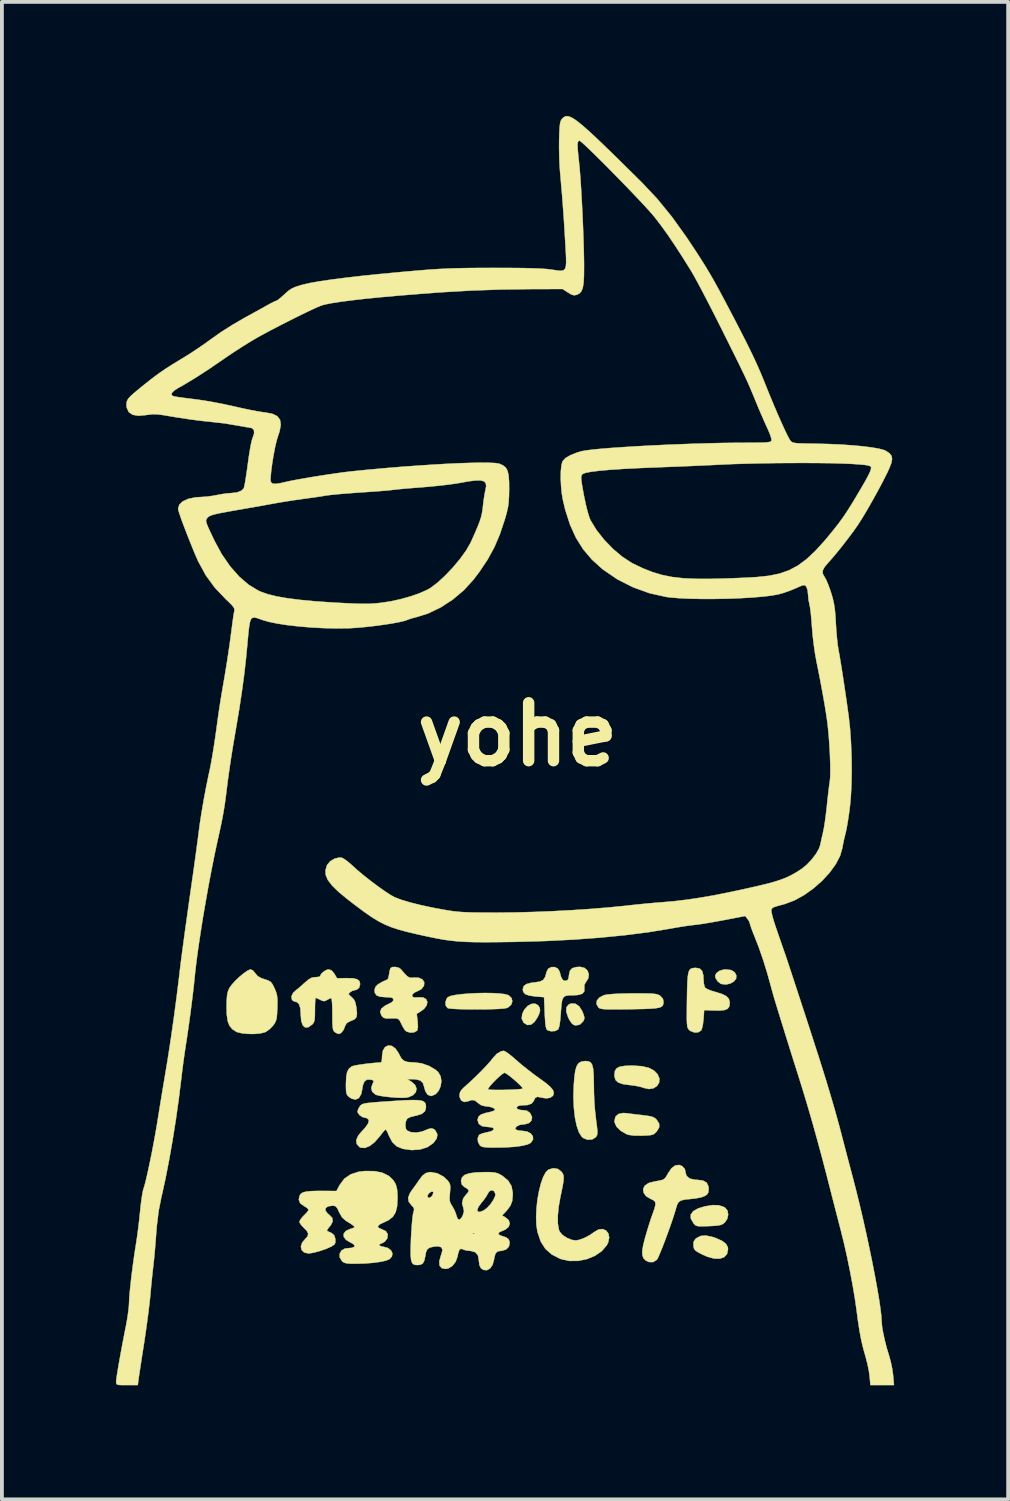
<source format=kicad_pcb>
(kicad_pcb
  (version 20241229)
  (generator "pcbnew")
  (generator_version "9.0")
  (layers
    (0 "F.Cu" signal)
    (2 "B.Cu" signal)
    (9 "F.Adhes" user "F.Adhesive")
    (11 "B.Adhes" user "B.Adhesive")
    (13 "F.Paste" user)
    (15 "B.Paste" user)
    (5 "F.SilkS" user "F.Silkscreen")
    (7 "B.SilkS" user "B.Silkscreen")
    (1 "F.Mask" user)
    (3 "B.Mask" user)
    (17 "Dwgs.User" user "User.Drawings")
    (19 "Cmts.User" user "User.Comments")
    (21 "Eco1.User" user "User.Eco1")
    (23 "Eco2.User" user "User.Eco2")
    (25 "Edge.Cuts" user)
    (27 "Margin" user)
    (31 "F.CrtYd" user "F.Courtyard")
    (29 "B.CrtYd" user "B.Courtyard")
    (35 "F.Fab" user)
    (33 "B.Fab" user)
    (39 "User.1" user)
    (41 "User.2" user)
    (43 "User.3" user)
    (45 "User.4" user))
  (footprint "yohe"
    (layer "F.Cu")
    (at 10.566 16.271)
    (property "Reference" "yohe" (at 0 0 0) (layer "F.SilkS") (effects (font (size 1.524 1.524) (thickness 0.3))))
    (attr through_hole)
    (fp_poly (pts (xy 0.539 7.124) (xy 0.58 7.188) (xy 0.591 7.258) (xy 0.569 7.345) (xy 0.528 7.434) (xy 0.441 7.564) (xy 0.348 7.634) (xy 0.253 7.641) (xy 0.163 7.584) (xy 0.158 7.578) (xy 0.108 7.476) (xy 0.121 7.353) (xy 0.174 7.243) (xy 0.261 7.143) (xy 0.361 7.088) (xy 0.458 7.081) (xy 0.539 7.124)) (stroke (width 0.01) (type solid)) (fill yes) (layer "F.SilkS"))
    (fp_poly (pts (xy 5.62 6.198) (xy 5.711 6.256) (xy 5.753 6.337) (xy 5.748 6.422) (xy 5.691 6.496) (xy 5.598 6.55) (xy 5.486 6.576) (xy 5.371 6.565) (xy 5.342 6.555) (xy 5.263 6.495) (xy 5.208 6.408) (xy 5.195 6.352) (xy 5.226 6.28) (xy 5.306 6.22) (xy 5.417 6.185) (xy 5.478 6.18) (xy 5.62 6.198)) (stroke (width 0.01) (type solid)) (fill yes) (layer "F.SilkS"))
    (fp_poly (pts (xy 1.519 7.082) (xy 1.618 7.149) (xy 1.698 7.274) (xy 1.716 7.316) (xy 1.749 7.413) (xy 1.756 7.474) (xy 1.736 7.526) (xy 1.721 7.55) (xy 1.635 7.633) (xy 1.528 7.652) (xy 1.473 7.638) (xy 1.419 7.592) (xy 1.359 7.501) (xy 1.327 7.435) (xy 1.279 7.284) (xy 1.286 7.173) (xy 1.346 7.102) (xy 1.408 7.077) (xy 1.519 7.082)) (stroke (width 0.01) (type solid)) (fill yes) (layer "F.SilkS"))
    (fp_poly (pts (xy 5.132 13.219) (xy 5.215 13.247) (xy 5.378 13.32) (xy 5.48 13.398) (xy 5.529 13.486) (xy 5.535 13.541) (xy 5.509 13.666) (xy 5.434 13.749) (xy 5.318 13.789) (xy 5.167 13.785) (xy 4.987 13.736) (xy 4.853 13.676) (xy 4.739 13.616) (xy 4.672 13.569) (xy 4.64 13.522) (xy 4.627 13.461) (xy 4.625 13.442) (xy 4.629 13.346) (xy 4.671 13.278) (xy 4.706 13.247) (xy 4.818 13.19) (xy 4.957 13.181) (xy 5.132 13.219)) (stroke (width 0.01) (type solid)) (fill yes) (layer "F.SilkS"))
    (fp_poly (pts (xy 5.284 12.383) (xy 5.414 12.424) (xy 5.459 12.449) (xy 5.521 12.525) (xy 5.539 12.629) (xy 5.515 12.741) (xy 5.449 12.837) (xy 5.4 12.876) (xy 5.344 12.901) (xy 5.262 12.917) (xy 5.14 12.927) (xy 5.03 12.932) (xy 4.877 12.937) (xy 4.776 12.937) (xy 4.713 12.927) (xy 4.672 12.906) (xy 4.637 12.869) (xy 4.624 12.852) (xy 4.556 12.732) (xy 4.555 12.628) (xy 4.62 12.539) (xy 4.75 12.466) (xy 4.925 12.413) (xy 5.126 12.38) (xy 5.284 12.383)) (stroke (width 0.01) (type solid)) (fill yes) (layer "F.SilkS"))
    (fp_poly (pts (xy 3.261 8.725) (xy 3.45 8.768) (xy 3.591 8.843) (xy 3.682 8.938) (xy 3.731 9.053) (xy 3.722 9.159) (xy 3.667 9.246) (xy 3.575 9.306) (xy 3.457 9.326) (xy 3.324 9.298) (xy 3.31 9.292) (xy 3.225 9.266) (xy 3.099 9.241) (xy 2.956 9.222) (xy 2.941 9.221) (xy 2.765 9.196) (xy 2.647 9.155) (xy 2.578 9.092) (xy 2.549 9.001) (xy 2.547 8.953) (xy 2.559 8.854) (xy 2.6 8.785) (xy 2.681 8.741) (xy 2.809 8.718) (xy 2.995 8.71) (xy 3.017 8.71) (xy 3.261 8.725)) (stroke (width 0.01) (type solid)) (fill yes) (layer "F.SilkS"))
    (fp_poly (pts (xy 2.86 9.962) (xy 2.964 9.976) (xy 3.108 9.993) (xy 3.263 10.011) (xy 3.294 10.015) (xy 3.441 10.034) (xy 3.538 10.055) (xy 3.602 10.084) (xy 3.651 10.127) (xy 3.659 10.136) (xy 3.723 10.238) (xy 3.724 10.334) (xy 3.662 10.438) (xy 3.653 10.448) (xy 3.609 10.494) (xy 3.562 10.523) (xy 3.494 10.54) (xy 3.389 10.548) (xy 3.271 10.553) (xy 3.065 10.551) (xy 2.92 10.532) (xy 2.869 10.515) (xy 2.71 10.423) (xy 2.601 10.316) (xy 2.55 10.202) (xy 2.547 10.168) (xy 2.574 10.054) (xy 2.652 9.983) (xy 2.776 9.957) (xy 2.86 9.962)) (stroke (width 0.01) (type solid)) (fill yes) (layer "F.SilkS"))
    (fp_poly (pts (xy -0.656 6.803) (xy -0.478 6.813) (xy -0.335 6.831) (xy -0.243 6.857) (xy -0.237 6.86) (xy -0.161 6.931) (xy -0.139 7.019) (xy -0.168 7.107) (xy -0.245 7.176) (xy -0.299 7.198) (xy -0.376 7.21) (xy -0.503 7.219) (xy -0.668 7.225) (xy -0.859 7.23) (xy -1.062 7.231) (xy -1.265 7.23) (xy -1.456 7.227) (xy -1.622 7.221) (xy -1.75 7.212) (xy -1.828 7.201) (xy -1.842 7.196) (xy -1.89 7.134) (xy -1.898 7.044) (xy -1.869 6.953) (xy -1.836 6.912) (xy -1.766 6.88) (xy -1.642 6.853) (xy -1.476 6.831) (xy -1.282 6.815) (xy -1.071 6.804) (xy -0.859 6.8) (xy -0.656 6.803)) (stroke (width 0.01) (type solid)) (fill yes) (layer "F.SilkS"))
    (fp_poly (pts (xy 1.87 8.6) (xy 1.925 8.63) (xy 1.963 8.693) (xy 1.987 8.795) (xy 2 8.945) (xy 2.005 9.153) (xy 2.005 9.201) (xy 2.009 9.445) (xy 2.018 9.665) (xy 2.035 9.884) (xy 2.062 10.126) (xy 2.091 10.349) (xy 2.101 10.464) (xy 2.091 10.537) (xy 2.057 10.592) (xy 2.054 10.595) (xy 1.961 10.653) (xy 1.846 10.661) (xy 1.735 10.62) (xy 1.685 10.579) (xy 1.612 10.462) (xy 1.552 10.287) (xy 1.507 10.066) (xy 1.479 9.808) (xy 1.468 9.523) (xy 1.476 9.253) (xy 1.493 9.022) (xy 1.516 8.85) (xy 1.551 8.729) (xy 1.6 8.651) (xy 1.668 8.608) (xy 1.758 8.592) (xy 1.796 8.591) (xy 1.87 8.6)) (stroke (width 0.01) (type solid)) (fill yes) (layer "F.SilkS"))
    (fp_poly (pts (xy 3.431 6.813) (xy 3.551 6.818) (xy 3.635 6.828) (xy 3.693 6.843) (xy 3.736 6.863) (xy 3.745 6.869) (xy 3.82 6.946) (xy 3.837 7.026) (xy 3.834 7.083) (xy 3.82 7.127) (xy 3.786 7.161) (xy 3.726 7.185) (xy 3.631 7.202) (xy 3.495 7.213) (xy 3.309 7.22) (xy 3.065 7.225) (xy 2.954 7.227) (xy 2.703 7.23) (xy 2.51 7.231) (xy 2.368 7.229) (xy 2.268 7.225) (xy 2.201 7.216) (xy 2.158 7.203) (xy 2.131 7.186) (xy 2.127 7.182) (xy 2.075 7.093) (xy 2.084 7.002) (xy 2.149 6.921) (xy 2.265 6.86) (xy 2.284 6.854) (xy 2.377 6.838) (xy 2.528 6.825) (xy 2.726 6.816) (xy 2.961 6.811) (xy 3.041 6.811) (xy 3.265 6.811) (xy 3.431 6.813)) (stroke (width 0.01) (type solid)) (fill yes) (layer "F.SilkS"))
    (fp_poly (pts (xy -6.961 6.209) (xy -6.901 6.281) (xy -6.9 6.282) (xy -6.84 6.355) (xy -6.745 6.408) (xy -6.661 6.436) (xy -6.558 6.471) (xy -6.492 6.511) (xy -6.444 6.576) (xy -6.395 6.676) (xy -6.355 6.772) (xy -6.331 6.858) (xy -6.319 6.955) (xy -6.318 7.085) (xy -6.321 7.195) (xy -6.328 7.352) (xy -6.339 7.46) (xy -6.359 7.536) (xy -6.39 7.598) (xy -6.431 7.655) (xy -6.516 7.745) (xy -6.613 7.816) (xy -6.642 7.831) (xy -6.764 7.862) (xy -6.924 7.877) (xy -7.096 7.876) (xy -7.257 7.859) (xy -7.382 7.828) (xy -7.402 7.819) (xy -7.506 7.75) (xy -7.58 7.661) (xy -7.626 7.54) (xy -7.65 7.374) (xy -7.656 7.165) (xy -7.652 6.99) (xy -7.642 6.865) (xy -7.624 6.772) (xy -7.593 6.693) (xy -7.583 6.672) (xy -7.522 6.585) (xy -7.43 6.482) (xy -7.321 6.378) (xy -7.209 6.285) (xy -7.109 6.215) (xy -7.035 6.181) (xy -7.024 6.18) (xy -6.961 6.209)) (stroke (width 0.01) (type solid)) (fill yes) (layer "F.SilkS"))
    (fp_poly (pts (xy 4.788 6.156) (xy 4.853 6.219) (xy 4.885 6.334) (xy 4.89 6.435) (xy 4.898 6.546) (xy 4.918 6.633) (xy 4.932 6.661) (xy 4.985 6.696) (xy 5.083 6.736) (xy 5.205 6.773) (xy 5.205 6.773) (xy 5.378 6.827) (xy 5.491 6.884) (xy 5.555 6.952) (xy 5.579 7.038) (xy 5.58 7.063) (xy 5.568 7.155) (xy 5.524 7.216) (xy 5.438 7.25) (xy 5.303 7.262) (xy 5.178 7.26) (xy 4.907 7.25) (xy 4.89 7.491) (xy 4.875 7.619) (xy 4.852 7.726) (xy 4.827 7.788) (xy 4.826 7.788) (xy 4.748 7.835) (xy 4.646 7.838) (xy 4.547 7.8) (xy 4.514 7.774) (xy 4.491 7.748) (xy 4.474 7.716) (xy 4.462 7.669) (xy 4.455 7.597) (xy 4.451 7.491) (xy 4.451 7.341) (xy 4.453 7.139) (xy 4.455 6.977) (xy 4.459 6.719) (xy 4.466 6.52) (xy 4.476 6.373) (xy 4.492 6.27) (xy 4.517 6.203) (xy 4.552 6.165) (xy 4.6 6.146) (xy 4.664 6.14) (xy 4.686 6.139) (xy 4.788 6.156)) (stroke (width 0.01) (type solid)) (fill yes) (layer "F.SilkS"))
    (fp_poly (pts (xy 1.062 11.43) (xy 1.155 11.503) (xy 1.187 11.548) (xy 1.206 11.596) (xy 1.213 11.658) (xy 1.207 11.744) (xy 1.187 11.868) (xy 1.152 12.039) (xy 1.125 12.168) (xy 1.079 12.426) (xy 1.057 12.661) (xy 1.058 12.862) (xy 1.083 13.017) (xy 1.106 13.078) (xy 1.18 13.165) (xy 1.297 13.242) (xy 1.428 13.295) (xy 1.528 13.31) (xy 1.634 13.29) (xy 1.768 13.238) (xy 1.904 13.165) (xy 2.01 13.091) (xy 2.129 13.021) (xy 2.237 13.01) (xy 2.326 13.048) (xy 2.387 13.125) (xy 2.409 13.232) (xy 2.383 13.36) (xy 2.346 13.435) (xy 2.214 13.59) (xy 2.034 13.713) (xy 1.823 13.8) (xy 1.594 13.846) (xy 1.362 13.848) (xy 1.143 13.8) (xy 1.118 13.791) (xy 0.899 13.679) (xy 0.731 13.531) (xy 0.609 13.34) (xy 0.526 13.097) (xy 0.522 13.082) (xy 0.494 12.901) (xy 0.487 12.691) (xy 0.497 12.465) (xy 0.522 12.235) (xy 0.562 12.013) (xy 0.613 11.811) (xy 0.673 11.641) (xy 0.74 11.515) (xy 0.811 11.446) (xy 0.94 11.409) (xy 1.062 11.43)) (stroke (width 0.01) (type solid)) (fill yes) (layer "F.SilkS"))
    (fp_poly (pts (xy 1.76 6.14) (xy 1.839 6.212) (xy 1.874 6.31) (xy 1.857 6.419) (xy 1.807 6.496) (xy 1.755 6.585) (xy 1.756 6.669) (xy 1.753 6.761) (xy 1.697 6.822) (xy 1.585 6.853) (xy 1.468 6.859) (xy 1.347 6.862) (xy 1.262 6.876) (xy 1.207 6.913) (xy 1.173 6.983) (xy 1.154 7.097) (xy 1.14 7.265) (xy 1.137 7.319) (xy 1.12 7.522) (xy 1.1 7.662) (xy 1.075 7.743) (xy 1.063 7.761) (xy 0.984 7.8) (xy 0.879 7.807) (xy 0.785 7.779) (xy 0.781 7.777) (xy 0.758 7.746) (xy 0.74 7.68) (xy 0.727 7.569) (xy 0.716 7.404) (xy 0.713 7.328) (xy 0.696 6.91) (xy 0.469 6.891) (xy 0.307 6.868) (xy 0.203 6.831) (xy 0.149 6.774) (xy 0.136 6.707) (xy 0.158 6.623) (xy 0.23 6.566) (xy 0.358 6.531) (xy 0.454 6.52) (xy 0.588 6.5) (xy 0.673 6.457) (xy 0.726 6.377) (xy 0.762 6.244) (xy 0.763 6.24) (xy 0.807 6.16) (xy 0.885 6.119) (xy 0.975 6.118) (xy 1.055 6.156) (xy 1.104 6.234) (xy 1.106 6.242) (xy 1.143 6.377) (xy 1.185 6.454) (xy 1.24 6.481) (xy 1.265 6.48) (xy 1.315 6.461) (xy 1.341 6.411) (xy 1.352 6.323) (xy 1.376 6.215) (xy 1.435 6.149) (xy 1.541 6.118) (xy 1.644 6.112) (xy 1.76 6.14)) (stroke (width 0.01) (type solid)) (fill yes) (layer "F.SilkS"))
    (fp_poly (pts (xy 4.329 11.355) (xy 4.4 11.434) (xy 4.414 11.51) (xy 4.444 11.613) (xy 4.529 11.682) (xy 4.667 11.713) (xy 4.72 11.715) (xy 4.873 11.733) (xy 4.971 11.787) (xy 5.019 11.882) (xy 5.026 11.954) (xy 5.017 12.047) (xy 4.981 12.103) (xy 4.916 12.144) (xy 4.824 12.176) (xy 4.694 12.202) (xy 4.568 12.217) (xy 4.409 12.232) (xy 4.305 12.256) (xy 4.239 12.296) (xy 4.199 12.362) (xy 4.175 12.437) (xy 4.137 12.568) (xy 4.084 12.732) (xy 4.021 12.917) (xy 3.951 13.112) (xy 3.88 13.304) (xy 3.812 13.482) (xy 3.75 13.634) (xy 3.701 13.748) (xy 3.667 13.812) (xy 3.662 13.818) (xy 3.565 13.879) (xy 3.453 13.877) (xy 3.372 13.838) (xy 3.314 13.781) (xy 3.283 13.703) (xy 3.278 13.596) (xy 3.301 13.449) (xy 3.35 13.25) (xy 3.363 13.206) (xy 3.415 13.028) (xy 3.471 12.848) (xy 3.523 12.691) (xy 3.552 12.61) (xy 3.604 12.462) (xy 3.627 12.362) (xy 3.619 12.297) (xy 3.578 12.254) (xy 3.502 12.217) (xy 3.498 12.216) (xy 3.379 12.144) (xy 3.314 12.054) (xy 3.302 11.957) (xy 3.344 11.869) (xy 3.441 11.802) (xy 3.488 11.786) (xy 3.613 11.757) (xy 3.74 11.733) (xy 3.744 11.732) (xy 3.825 11.712) (xy 3.881 11.67) (xy 3.934 11.588) (xy 3.954 11.549) (xy 4.045 11.413) (xy 4.146 11.336) (xy 4.252 11.323) (xy 4.329 11.355)) (stroke (width 0.01) (type solid)) (fill yes) (layer "F.SilkS"))
    (fp_poly (pts (xy -3.124 6.137) (xy -3.074 6.172) (xy -2.977 6.285) (xy -2.908 6.355) (xy -2.855 6.39) (xy -2.802 6.401) (xy -2.736 6.396) (xy -2.729 6.395) (xy -2.601 6.399) (xy -2.507 6.441) (xy -2.457 6.515) (xy -2.463 6.607) (xy -2.529 6.698) (xy -2.605 6.738) (xy -2.714 6.788) (xy -2.771 6.842) (xy -2.775 6.889) (xy -2.727 6.917) (xy -2.624 6.916) (xy -2.616 6.914) (xy -2.491 6.916) (xy -2.41 6.96) (xy -2.375 7.033) (xy -2.391 7.123) (xy -2.46 7.216) (xy -2.524 7.266) (xy -2.654 7.349) (xy -2.631 7.547) (xy -2.622 7.689) (xy -2.638 7.775) (xy -2.649 7.794) (xy -2.72 7.834) (xy -2.819 7.842) (xy -2.913 7.818) (xy -2.959 7.785) (xy -3.005 7.715) (xy -3.056 7.619) (xy -3.065 7.598) (xy -3.101 7.525) (xy -3.139 7.484) (xy -3.197 7.467) (xy -3.295 7.466) (xy -3.368 7.469) (xy -3.471 7.468) (xy -3.533 7.447) (xy -3.579 7.396) (xy -3.582 7.391) (xy -3.616 7.296) (xy -3.584 7.211) (xy -3.486 7.133) (xy -3.408 7.095) (xy -3.309 7.043) (xy -3.268 6.996) (xy -3.267 6.97) (xy -3.286 6.935) (xy -3.339 6.916) (xy -3.44 6.91) (xy -3.468 6.91) (xy -3.62 6.898) (xy -3.715 6.859) (xy -3.759 6.787) (xy -3.762 6.709) (xy -3.737 6.636) (xy -3.669 6.569) (xy -3.55 6.501) (xy -3.422 6.445) (xy -3.402 6.408) (xy -3.384 6.329) (xy -3.381 6.307) (xy -3.365 6.214) (xy -3.347 6.152) (xy -3.344 6.145) (xy -3.292 6.117) (xy -3.209 6.115) (xy -3.124 6.137)) (stroke (width 0.01) (type solid)) (fill yes) (layer "F.SilkS"))
    (fp_poly (pts (xy -2.633 9.619) (xy -2.536 9.631) (xy -2.472 9.654) (xy -2.434 9.689) (xy -2.416 9.736) (xy -2.411 9.797) (xy -2.411 9.815) (xy -2.437 9.91) (xy -2.519 9.979) (xy -2.661 10.025) (xy -2.709 10.034) (xy -2.811 10.06) (xy -2.89 10.096) (xy -2.904 10.108) (xy -2.94 10.179) (xy -2.953 10.275) (xy -2.941 10.366) (xy -2.912 10.416) (xy -2.808 10.461) (xy -2.671 10.472) (xy -2.525 10.448) (xy -2.459 10.424) (xy -2.34 10.375) (xy -2.26 10.361) (xy -2.202 10.382) (xy -2.162 10.419) (xy -2.111 10.517) (xy -2.127 10.624) (xy -2.21 10.74) (xy -2.217 10.747) (xy -2.37 10.854) (xy -2.563 10.916) (xy -2.785 10.932) (xy -3.018 10.9) (xy -3.178 10.835) (xy -3.297 10.722) (xy -3.379 10.567) (xy -3.42 10.471) (xy -3.455 10.407) (xy -3.471 10.391) (xy -3.502 10.416) (xy -3.56 10.483) (xy -3.632 10.576) (xy -3.636 10.581) (xy -3.765 10.728) (xy -3.896 10.827) (xy -4.02 10.876) (xy -4.129 10.868) (xy -4.162 10.851) (xy -4.233 10.771) (xy -4.244 10.67) (xy -4.194 10.554) (xy -4.122 10.466) (xy -4.001 10.333) (xy -3.932 10.232) (xy -3.913 10.159) (xy -3.917 10.136) (xy -3.964 10.093) (xy -3.998 10.085) (xy -4.085 10.062) (xy -4.163 10.007) (xy -4.208 9.938) (xy -4.211 9.917) (xy -4.19 9.846) (xy -4.147 9.776) (xy -4.119 9.747) (xy -4.084 9.725) (xy -4.03 9.708) (xy -3.947 9.694) (xy -3.824 9.681) (xy -3.651 9.667) (xy -3.493 9.656) (xy -3.194 9.636) (xy -2.955 9.622) (xy -2.771 9.616) (xy -2.633 9.619)) (stroke (width 0.01) (type solid)) (fill yes) (layer "F.SilkS"))
    (fp_poly (pts (xy -3.311 8.192) (xy -3.217 8.258) (xy -3.132 8.379) (xy -3.119 8.407) (xy -3.061 8.516) (xy -2.992 8.582) (xy -2.895 8.615) (xy -2.751 8.625) (xy -2.727 8.625) (xy -2.529 8.65) (xy -2.333 8.717) (xy -2.164 8.816) (xy -2.088 8.883) (xy -2.025 8.992) (xy -2.006 9.12) (xy -2.025 9.252) (xy -2.077 9.371) (xy -2.156 9.461) (xy -2.258 9.506) (xy -2.287 9.508) (xy -2.367 9.476) (xy -2.427 9.385) (xy -2.458 9.272) (xy -2.492 9.166) (xy -2.56 9.102) (xy -2.674 9.072) (xy -2.778 9.067) (xy -2.903 9.067) (xy -2.796 9.132) (xy -2.697 9.22) (xy -2.659 9.316) (xy -2.678 9.409) (xy -2.75 9.488) (xy -2.872 9.541) (xy -2.94 9.553) (xy -3.048 9.557) (xy -3.19 9.552) (xy -3.348 9.54) (xy -3.502 9.523) (xy -3.633 9.502) (xy -3.721 9.48) (xy -3.736 9.474) (xy -3.825 9.397) (xy -3.85 9.299) (xy -3.821 9.203) (xy -3.789 9.134) (xy -3.795 9.101) (xy -3.844 9.083) (xy -3.851 9.081) (xy -3.958 9.077) (xy -4.031 9.128) (xy -4.073 9.237) (xy -4.082 9.303) (xy -4.115 9.46) (xy -4.175 9.561) (xy -4.258 9.603) (xy -4.36 9.582) (xy -4.427 9.54) (xy -4.472 9.499) (xy -4.499 9.452) (xy -4.512 9.383) (xy -4.516 9.271) (xy -4.516 9.202) (xy -4.509 9.015) (xy -4.485 8.882) (xy -4.44 8.794) (xy -4.37 8.736) (xy -4.351 8.727) (xy -4.284 8.708) (xy -4.166 8.687) (xy -4.015 8.666) (xy -3.85 8.647) (xy -3.686 8.632) (xy -3.591 8.626) (xy -3.576 8.595) (xy -3.567 8.517) (xy -3.566 8.461) (xy -3.544 8.317) (xy -3.487 8.223) (xy -3.405 8.181) (xy -3.311 8.192)) (stroke (width 0.01) (type solid)) (fill yes) (layer "F.SilkS"))
    (fp_poly (pts (xy -4.895 6.205) (xy -4.826 6.285) (xy -4.819 6.297) (xy -4.75 6.413) (xy -4.501 6.409) (xy -4.333 6.413) (xy -4.224 6.438) (xy -4.163 6.485) (xy -4.143 6.56) (xy -4.143 6.568) (xy -4.169 6.661) (xy -4.236 6.716) (xy -4.279 6.724) (xy -4.348 6.743) (xy -4.399 6.775) (xy -4.439 6.811) (xy -4.438 6.842) (xy -4.389 6.889) (xy -4.367 6.907) (xy -4.307 6.969) (xy -4.27 7.046) (xy -4.245 7.162) (xy -4.239 7.201) (xy -4.226 7.339) (xy -4.238 7.429) (xy -4.282 7.486) (xy -4.367 7.528) (xy -4.4 7.539) (xy -4.495 7.591) (xy -4.538 7.668) (xy -4.577 7.767) (xy -4.636 7.844) (xy -4.697 7.878) (xy -4.702 7.878) (xy -4.758 7.859) (xy -4.807 7.83) (xy -4.835 7.803) (xy -4.853 7.763) (xy -4.865 7.698) (xy -4.871 7.594) (xy -4.873 7.441) (xy -4.873 7.355) (xy -4.875 7.168) (xy -4.883 7.032) (xy -4.895 6.952) (xy -4.907 6.932) (xy -4.959 6.953) (xy -5.015 6.985) (xy -5.075 7.014) (xy -5.134 7.007) (xy -5.191 6.98) (xy -5.266 6.944) (xy -5.311 6.927) (xy -5.313 6.927) (xy -5.321 6.959) (xy -5.327 7.043) (xy -5.331 7.166) (xy -5.331 7.244) (xy -5.333 7.396) (xy -5.34 7.496) (xy -5.355 7.56) (xy -5.382 7.605) (xy -5.41 7.634) (xy -5.509 7.702) (xy -5.591 7.706) (xy -5.653 7.649) (xy -5.692 7.533) (xy -5.705 7.369) (xy -5.716 7.199) (xy -5.752 7.09) (xy -5.814 7.036) (xy -5.858 7.029) (xy -5.912 7.003) (xy -5.938 6.971) (xy -5.949 6.887) (xy -5.904 6.796) (xy -5.827 6.725) (xy -5.764 6.675) (xy -5.674 6.597) (xy -5.599 6.529) (xy -5.497 6.443) (xy -5.415 6.398) (xy -5.331 6.384) (xy -5.319 6.384) (xy -5.239 6.377) (xy -5.197 6.361) (xy -5.195 6.356) (xy -5.168 6.298) (xy -5.101 6.236) (xy -5.021 6.191) (xy -4.972 6.18) (xy -4.895 6.205)) (stroke (width 0.01) (type solid)) (fill yes) (layer "F.SilkS"))
    (fp_poly (pts (xy -3.761 11.487) (xy -3.563 11.526) (xy -3.407 11.601) (xy -3.362 11.635) (xy -3.266 11.73) (xy -3.205 11.833) (xy -3.171 11.962) (xy -3.159 12.135) (xy -3.159 12.197) (xy -3.17 12.41) (xy -3.209 12.569) (xy -3.281 12.686) (xy -3.392 12.774) (xy -3.499 12.825) (xy -3.621 12.883) (xy -3.675 12.933) (xy -3.662 12.976) (xy -3.582 13.011) (xy -3.575 13.013) (xy -3.466 13.065) (xy -3.416 13.146) (xy -3.428 13.249) (xy -3.437 13.268) (xy -3.494 13.341) (xy -3.559 13.378) (xy -3.629 13.407) (xy -3.636 13.44) (xy -3.582 13.467) (xy -3.532 13.475) (xy -3.412 13.508) (xy -3.33 13.571) (xy -3.293 13.651) (xy -3.308 13.734) (xy -3.373 13.803) (xy -3.463 13.84) (xy -3.608 13.871) (xy -3.793 13.897) (xy -4.007 13.914) (xy -4.236 13.921) (xy -4.253 13.921) (xy -4.403 13.92) (xy -4.502 13.911) (xy -4.565 13.893) (xy -4.61 13.862) (xy -4.618 13.855) (xy -4.678 13.757) (xy -4.68 13.658) (xy -4.633 13.574) (xy -4.543 13.523) (xy -4.483 13.515) (xy -4.361 13.504) (xy -4.296 13.476) (xy -4.29 13.435) (xy -4.347 13.388) (xy -4.389 13.368) (xy -4.511 13.296) (xy -4.574 13.214) (xy -4.575 13.132) (xy -4.516 13.058) (xy -4.408 13.008) (xy -4.32 12.98) (xy -4.289 12.958) (xy -4.306 12.932) (xy -4.335 12.909) (xy -4.416 12.853) (xy -4.513 12.795) (xy -4.516 12.793) (xy -4.618 12.703) (xy -4.696 12.564) (xy -4.743 12.463) (xy -4.786 12.412) (xy -4.839 12.395) (xy -4.86 12.394) (xy -4.983 12.411) (xy -5.049 12.456) (xy -5.056 12.522) (xy -4.998 12.6) (xy -4.958 12.632) (xy -4.877 12.715) (xy -4.863 12.805) (xy -4.914 12.907) (xy -4.949 12.949) (xy -5 13.013) (xy -5.014 13.055) (xy -5.009 13.062) (xy -4.892 13.115) (xy -4.827 13.172) (xy -4.799 13.25) (xy -4.795 13.285) (xy -4.794 13.367) (xy -4.821 13.418) (xy -4.89 13.464) (xy -4.913 13.476) (xy -5.049 13.535) (xy -5.205 13.588) (xy -5.357 13.629) (xy -5.48 13.65) (xy -5.505 13.651) (xy -5.615 13.626) (xy -5.682 13.56) (xy -5.701 13.469) (xy -5.668 13.367) (xy -5.603 13.289) (xy -5.526 13.204) (xy -5.509 13.129) (xy -5.551 13.049) (xy -5.62 12.981) (xy -5.691 12.906) (xy -5.734 12.839) (xy -5.739 12.818) (xy -5.715 12.762) (xy -5.655 12.686) (xy -5.62 12.651) (xy -5.549 12.579) (xy -5.507 12.52) (xy -5.501 12.502) (xy -5.529 12.462) (xy -5.598 12.416) (xy -5.617 12.406) (xy -5.719 12.332) (xy -5.756 12.238) (xy -5.738 12.137) (xy -5.706 12.085) (xy -5.65 12.048) (xy -5.56 12.024) (xy -5.426 12.011) (xy -5.238 12.006) (xy -5.142 12.006) (xy -4.765 12.009) (xy -4.683 11.854) (xy -4.56 11.687) (xy -4.392 11.57) (xy -4.179 11.502) (xy -4.008 11.483) (xy -3.761 11.487)) (stroke (width 0.01) (type solid)) (fill yes) (layer "F.SilkS"))
    (fp_poly (pts (xy -0.317 8.342) (xy -0.233 8.401) (xy -0.127 8.486) (xy -0.048 8.555) (xy 0.089 8.674) (xy 0.26 8.811) (xy 0.438 8.948) (xy 0.565 9.039) (xy 0.738 9.165) (xy 0.857 9.266) (xy 0.926 9.348) (xy 0.952 9.418) (xy 0.939 9.483) (xy 0.927 9.505) (xy 0.86 9.554) (xy 0.755 9.571) (xy 0.634 9.554) (xy 0.614 9.548) (xy 0.518 9.53) (xy 0.459 9.565) (xy 0.427 9.634) (xy 0.37 9.709) (xy 0.258 9.748) (xy 0.153 9.752) (xy 0.063 9.759) (xy 0.004 9.777) (xy -0.028 9.818) (xy -0.003 9.853) (xy 0.07 9.877) (xy 0.135 9.882) (xy 0.243 9.896) (xy 0.318 9.948) (xy 0.335 9.969) (xy 0.38 10.067) (xy 0.365 10.155) (xy 0.298 10.221) (xy 0.186 10.254) (xy 0.153 10.255) (xy 0.056 10.27) (xy -0.02 10.306) (xy -0.059 10.353) (xy -0.054 10.386) (xy -0.008 10.41) (xy 0.079 10.424) (xy 0.113 10.425) (xy 0.248 10.444) (xy 0.346 10.496) (xy 0.401 10.569) (xy 0.406 10.653) (xy 0.351 10.737) (xy 0.348 10.74) (xy 0.263 10.784) (xy 0.119 10.819) (xy -0.076 10.846) (xy -0.315 10.861) (xy -0.547 10.866) (xy -0.721 10.865) (xy -0.84 10.86) (xy -0.917 10.849) (xy -0.966 10.83) (xy -0.996 10.804) (xy -1.042 10.717) (xy -1.049 10.619) (xy -1.015 10.539) (xy -1.005 10.529) (xy -0.941 10.498) (xy -0.845 10.473) (xy -0.826 10.469) (xy -0.703 10.44) (xy -0.636 10.402) (xy -0.627 10.364) (xy -0.677 10.335) (xy -0.79 10.323) (xy -0.798 10.323) (xy -0.936 10.303) (xy -1.022 10.242) (xy -1.053 10.143) (xy -1.053 10.138) (xy -1.031 10.055) (xy -0.962 9.996) (xy -0.836 9.954) (xy -0.791 9.945) (xy -0.689 9.921) (xy -0.616 9.894) (xy -0.599 9.883) (xy -0.6 9.851) (xy -0.652 9.818) (xy -0.737 9.792) (xy -0.837 9.78) (xy -0.853 9.78) (xy -0.965 9.749) (xy -1.039 9.695) (xy -1.123 9.628) (xy -1.204 9.615) (xy -1.301 9.647) (xy -1.405 9.667) (xy -1.483 9.627) (xy -1.525 9.538) (xy -1.528 9.494) (xy -1.519 9.424) (xy -1.485 9.36) (xy -1.46 9.333) (xy -0.781 9.333) (xy -0.75 9.342) (xy -0.665 9.348) (xy -0.544 9.35) (xy -0.399 9.35) (xy -0.247 9.346) (xy -0.102 9.341) (xy 0.02 9.333) (xy 0.104 9.323) (xy 0.135 9.314) (xy 0.122 9.286) (xy 0.068 9.227) (xy -0.012 9.151) (xy -0.106 9.068) (xy -0.2 8.991) (xy -0.281 8.931) (xy -0.335 8.9) (xy -0.343 8.898) (xy -0.388 8.921) (xy -0.463 8.981) (xy -0.554 9.064) (xy -0.645 9.156) (xy -0.722 9.242) (xy -0.771 9.308) (xy -0.781 9.333) (xy -1.46 9.333) (xy -1.414 9.285) (xy -1.35 9.228) (xy -1.223 9.114) (xy -1.084 8.981) (xy -0.944 8.842) (xy -0.817 8.708) (xy -0.714 8.593) (xy -0.648 8.51) (xy -0.644 8.505) (xy -0.55 8.401) (xy -0.438 8.335) (xy -0.366 8.321) (xy -0.317 8.342)) (stroke (width 0.01) (type solid)) (fill yes) (layer "F.SilkS"))
    (fp_poly (pts (xy -2.113 11.543) (xy -1.948 11.631) (xy -1.847 11.726) (xy -1.8 11.788) (xy -1.776 11.847) (xy -1.77 11.924) (xy -1.779 12.044) (xy -1.781 12.058) (xy -1.79 12.185) (xy -1.786 12.271) (xy -1.762 12.339) (xy -1.717 12.411) (xy -1.658 12.518) (xy -1.616 12.628) (xy -1.61 12.652) (xy -1.578 12.74) (xy -1.533 12.764) (xy -1.481 12.723) (xy -1.441 12.648) (xy -1.41 12.543) (xy -1.417 12.506) (xy -1.062 12.506) (xy -1.047 12.553) (xy -0.988 12.559) (xy -0.888 12.518) (xy -0.799 12.449) (xy -0.71 12.351) (xy -0.637 12.242) (xy -0.591 12.144) (xy -0.584 12.09) (xy -0.617 12.015) (xy -0.676 11.988) (xy -0.74 12.012) (xy -0.782 12.074) (xy -0.823 12.15) (xy -0.894 12.249) (xy -0.949 12.316) (xy -1.03 12.425) (xy -1.062 12.506) (xy -1.417 12.506) (xy -1.424 12.467) (xy -1.425 12.464) (xy -1.461 12.332) (xy -1.431 12.203) (xy -1.358 12.106) (xy -1.295 12.034) (xy -1.289 11.983) (xy -1.343 11.935) (xy -1.398 11.906) (xy -1.469 11.837) (xy -1.489 11.739) (xy -1.462 11.651) (xy -1.397 11.588) (xy -1.276 11.545) (xy -1.095 11.52) (xy -0.864 11.512) (xy -0.712 11.513) (xy -0.607 11.522) (xy -0.528 11.542) (xy -0.454 11.578) (xy -0.399 11.611) (xy -0.25 11.734) (xy -0.161 11.879) (xy -0.128 12.058) (xy -0.127 12.111) (xy -0.142 12.268) (xy -0.188 12.393) (xy -0.278 12.514) (xy -0.31 12.55) (xy -0.409 12.654) (xy -0.324 12.699) (xy -0.235 12.775) (xy -0.206 12.863) (xy -0.235 12.95) (xy -0.32 13.022) (xy -0.375 13.046) (xy -0.477 13.089) (xy -0.511 13.13) (xy -0.477 13.167) (xy -0.422 13.188) (xy -0.309 13.227) (xy -0.246 13.268) (xy -0.217 13.326) (xy -0.21 13.371) (xy -0.23 13.473) (xy -0.303 13.547) (xy -0.417 13.582) (xy -0.445 13.583) (xy -0.527 13.598) (xy -0.58 13.65) (xy -0.611 13.752) (xy -0.621 13.815) (xy -0.658 13.95) (xy -0.724 14.045) (xy -0.808 14.092) (xy -0.899 14.084) (xy -0.965 14.039) (xy -1.003 13.964) (xy -1.019 13.847) (xy -1.019 13.837) (xy -1.042 13.704) (xy -1.113 13.62) (xy -1.232 13.584) (xy -1.266 13.583) (xy -1.365 13.57) (xy -1.433 13.545) (xy -1.491 13.528) (xy -1.532 13.556) (xy -1.562 13.637) (xy -1.581 13.733) (xy -1.629 13.867) (xy -1.713 13.976) (xy -1.819 14.044) (xy -1.895 14.058) (xy -1.999 14.036) (xy -2.054 13.97) (xy -2.06 13.859) (xy -2.016 13.701) (xy -2.001 13.662) (xy -1.976 13.555) (xy -2.006 13.489) (xy -2.091 13.463) (xy -2.186 13.469) (xy -2.304 13.494) (xy -2.372 13.537) (xy -2.409 13.614) (xy -2.427 13.711) (xy -2.455 13.841) (xy -2.495 13.916) (xy -2.561 13.95) (xy -2.635 13.956) (xy -2.701 13.951) (xy -2.75 13.93) (xy -2.783 13.885) (xy -2.804 13.808) (xy -2.813 13.689) (xy -2.813 13.521) (xy -2.806 13.295) (xy -2.804 13.246) (xy -2.797 13.119) (xy -1.177 13.119) (xy -1.173 13.139) (xy -1.155 13.141) (xy -1.127 13.129) (xy -1.132 13.119) (xy -1.172 13.115) (xy -1.177 13.119) (xy -2.797 13.119) (xy -2.793 13.049) (xy -2.78 12.868) (xy -2.766 12.717) (xy -2.751 12.611) (xy -2.742 12.574) (xy -2.722 12.496) (xy -2.738 12.441) (xy -2.795 12.38) (xy -2.866 12.287) (xy -2.879 12.185) (xy -2.86 12.135) (xy -2.371 12.135) (xy -2.361 12.181) (xy -2.319 12.188) (xy -2.268 12.158) (xy -2.24 12.12) (xy -2.218 12.057) (xy -2.223 12.028) (xy -2.266 12.024) (xy -2.321 12.059) (xy -2.364 12.113) (xy -2.371 12.135) (xy -2.86 12.135) (xy -2.833 12.066) (xy -2.776 11.981) (xy -2.699 11.876) (xy -2.629 11.777) (xy -2.604 11.738) (xy -2.51 11.612) (xy -2.42 11.54) (xy -2.32 11.513) (xy -2.289 11.511) (xy -2.113 11.543)) (stroke (width 0.01) (type solid)) (fill yes) (layer "F.SilkS"))
    (fp_poly (pts (xy 1.347 -16.259) (xy 1.415 -16.232) (xy 1.498 -16.183) (xy 1.601 -16.107) (xy 1.727 -16.004) (xy 1.878 -15.87) (xy 2.06 -15.702) (xy 2.274 -15.497) (xy 2.525 -15.254) (xy 2.815 -14.968) (xy 3.149 -14.638) (xy 3.273 -14.516) (xy 3.675 -14.088) (xy 4.064 -13.61) (xy 4.447 -13.075) (xy 4.478 -13.029) (xy 4.661 -12.753) (xy 4.815 -12.516) (xy 4.95 -12.301) (xy 5.074 -12.093) (xy 5.198 -11.876) (xy 5.33 -11.634) (xy 5.48 -11.351) (xy 5.528 -11.26) (xy 5.716 -10.902) (xy 5.875 -10.594) (xy 6.01 -10.329) (xy 6.125 -10.096) (xy 6.224 -9.889) (xy 6.311 -9.698) (xy 6.392 -9.513) (xy 6.469 -9.328) (xy 6.522 -9.196) (xy 6.626 -8.938) (xy 6.732 -8.683) (xy 6.836 -8.439) (xy 6.934 -8.217) (xy 7.021 -8.026) (xy 7.094 -7.873) (xy 7.149 -7.77) (xy 7.172 -7.734) (xy 7.195 -7.707) (xy 7.224 -7.687) (xy 7.269 -7.673) (xy 7.34 -7.663) (xy 7.448 -7.657) (xy 7.602 -7.653) (xy 7.812 -7.65) (xy 7.851 -7.649) (xy 8.185 -7.641) (xy 8.506 -7.627) (xy 8.807 -7.606) (xy 9.079 -7.581) (xy 9.313 -7.551) (xy 9.502 -7.519) (xy 9.635 -7.484) (xy 9.685 -7.462) (xy 9.779 -7.4) (xy 9.834 -7.332) (xy 9.851 -7.249) (xy 9.83 -7.138) (xy 9.771 -6.988) (xy 9.712 -6.863) (xy 9.602 -6.645) (xy 9.473 -6.403) (xy 9.335 -6.154) (xy 9.198 -5.914) (xy 9.07 -5.7) (xy 8.962 -5.53) (xy 8.954 -5.518) (xy 8.837 -5.35) (xy 8.691 -5.155) (xy 8.533 -4.951) (xy 8.376 -4.757) (xy 8.235 -4.592) (xy 8.177 -4.527) (xy 8.076 -4.408) (xy 8.027 -4.315) (xy 8.024 -4.236) (xy 8.065 -4.156) (xy 8.078 -4.139) (xy 8.115 -4.072) (xy 8.164 -3.958) (xy 8.216 -3.818) (xy 8.244 -3.735) (xy 8.29 -3.58) (xy 8.322 -3.438) (xy 8.345 -3.286) (xy 8.361 -3.104) (xy 8.37 -2.937) (xy 8.383 -2.739) (xy 8.4 -2.541) (xy 8.419 -2.365) (xy 8.439 -2.234) (xy 8.441 -2.224) (xy 8.465 -2.093) (xy 8.496 -1.907) (xy 8.533 -1.679) (xy 8.573 -1.42) (xy 8.614 -1.145) (xy 8.655 -0.864) (xy 8.693 -0.591) (xy 8.711 -0.462) (xy 8.745 -0.147) (xy 8.769 0.209) (xy 8.784 0.586) (xy 8.788 0.967) (xy 8.781 1.331) (xy 8.764 1.66) (xy 8.746 1.851) (xy 8.721 2.053) (xy 8.691 2.254) (xy 8.661 2.433) (xy 8.633 2.57) (xy 8.626 2.598) (xy 8.59 2.743) (xy 8.56 2.886) (xy 8.542 2.986) (xy 8.482 3.194) (xy 8.367 3.414) (xy 8.206 3.636) (xy 8.008 3.85) (xy 7.783 4.048) (xy 7.539 4.222) (xy 7.287 4.361) (xy 7.036 4.457) (xy 7 4.467) (xy 6.857 4.505) (xy 6.766 4.533) (xy 6.714 4.556) (xy 6.688 4.581) (xy 6.674 4.613) (xy 6.674 4.614) (xy 6.677 4.669) (xy 6.7 4.772) (xy 6.739 4.909) (xy 6.789 5.062) (xy 6.857 5.26) (xy 6.932 5.477) (xy 7.003 5.682) (xy 7.041 5.79) (xy 7.077 5.896) (xy 7.131 6.058) (xy 7.199 6.265) (xy 7.279 6.508) (xy 7.367 6.777) (xy 7.461 7.064) (xy 7.557 7.358) (xy 7.652 7.649) (xy 7.743 7.93) (xy 7.826 8.189) (xy 7.9 8.417) (xy 7.96 8.605) (xy 7.966 8.625) (xy 8.112 9.091) (xy 8.238 9.511) (xy 8.351 9.9) (xy 8.455 10.276) (xy 8.521 10.527) (xy 8.584 10.767) (xy 8.65 11.022) (xy 8.715 11.269) (xy 8.773 11.488) (xy 8.811 11.63) (xy 8.901 11.979) (xy 8.992 12.348) (xy 9.082 12.73) (xy 9.169 13.117) (xy 9.251 13.501) (xy 9.328 13.874) (xy 9.397 14.229) (xy 9.457 14.557) (xy 9.507 14.85) (xy 9.544 15.102) (xy 9.568 15.303) (xy 9.576 15.443) (xy 9.586 15.568) (xy 9.615 15.737) (xy 9.657 15.932) (xy 9.709 16.135) (xy 9.766 16.325) (xy 9.769 16.333) (xy 9.816 16.504) (xy 9.856 16.696) (xy 9.877 16.851) (xy 9.9 17.114) (xy 9.28 17.114) (xy 9.26 16.885) (xy 9.24 16.739) (xy 9.204 16.564) (xy 9.16 16.393) (xy 9.153 16.367) (xy 9.093 16.155) (xy 9.041 15.938) (xy 8.996 15.699) (xy 8.953 15.423) (xy 8.914 15.128) (xy 8.871 14.829) (xy 8.813 14.484) (xy 8.743 14.114) (xy 8.666 13.737) (xy 8.584 13.374) (xy 8.502 13.044) (xy 8.501 13.04) (xy 8.446 12.827) (xy 8.381 12.577) (xy 8.316 12.322) (xy 8.256 12.09) (xy 8.252 12.072) (xy 8.116 11.542) (xy 7.991 11.065) (xy 7.873 10.629) (xy 7.759 10.221) (xy 7.645 9.827) (xy 7.527 9.434) (xy 7.402 9.031) (xy 7.36 8.897) (xy 7.282 8.653) (xy 7.201 8.395) (xy 7.123 8.144) (xy 7.052 7.919) (xy 6.998 7.742) (xy 6.939 7.553) (xy 6.881 7.365) (xy 6.83 7.199) (xy 6.791 7.075) (xy 6.788 7.063) (xy 6.741 6.907) (xy 6.691 6.729) (xy 6.658 6.605) (xy 6.563 6.265) (xy 6.456 5.92) (xy 6.343 5.596) (xy 6.247 5.35) (xy 6.191 5.21) (xy 6.146 5.09) (xy 6.118 5.007) (xy 6.112 4.979) (xy 6.092 4.919) (xy 6.049 4.853) (xy 5.986 4.775) (xy 5.429 4.882) (xy 5.223 4.92) (xy 5.022 4.955) (xy 4.844 4.984) (xy 4.704 5.003) (xy 4.652 5.009) (xy 4.531 5.023) (xy 4.365 5.047) (xy 4.177 5.078) (xy 3.99 5.111) (xy 3.44 5.201) (xy 2.83 5.279) (xy 2.168 5.344) (xy 1.462 5.396) (xy 0.718 5.433) (xy -0.054 5.455) (xy -0.187 5.457) (xy -0.554 5.462) (xy -0.863 5.464) (xy -1.127 5.462) (xy -1.355 5.455) (xy -1.559 5.443) (xy -1.75 5.424) (xy -1.938 5.398) (xy -2.134 5.363) (xy -2.349 5.319) (xy -2.595 5.265) (xy -2.666 5.249) (xy -2.919 5.189) (xy -3.135 5.13) (xy -3.324 5.068) (xy -3.497 4.996) (xy -3.668 4.908) (xy -3.846 4.798) (xy -4.043 4.661) (xy -4.271 4.491) (xy -4.495 4.318) (xy -4.717 4.134) (xy -4.881 3.973) (xy -4.99 3.83) (xy -5.047 3.698) (xy -5.054 3.572) (xy -5.017 3.446) (xy -5.006 3.425) (xy -4.927 3.332) (xy -4.812 3.265) (xy -4.689 3.237) (xy -4.625 3.242) (xy -4.562 3.275) (xy -4.468 3.343) (xy -4.362 3.434) (xy -4.333 3.461) (xy -4.198 3.583) (xy -4.034 3.719) (xy -3.854 3.86) (xy -3.672 3.996) (xy -3.501 4.118) (xy -3.353 4.215) (xy -3.241 4.278) (xy -3.232 4.282) (xy -3.057 4.349) (xy -2.824 4.419) (xy -2.54 4.49) (xy -2.215 4.559) (xy -1.987 4.601) (xy -1.843 4.626) (xy -1.715 4.646) (xy -1.59 4.66) (xy -1.458 4.671) (xy -1.308 4.678) (xy -1.129 4.683) (xy -0.908 4.685) (xy -0.635 4.686) (xy -0.51 4.686) (xy -0.063 4.681) (xy 0.421 4.668) (xy 0.925 4.648) (xy 1.433 4.621) (xy 1.927 4.588) (xy 2.392 4.55) (xy 2.809 4.509) (xy 2.903 4.498) (xy 3.125 4.474) (xy 3.378 4.449) (xy 3.63 4.426) (xy 3.8 4.413) (xy 4.132 4.384) (xy 4.469 4.343) (xy 4.824 4.29) (xy 5.208 4.222) (xy 5.634 4.136) (xy 6.027 4.051) (xy 6.327 3.983) (xy 6.571 3.924) (xy 6.77 3.869) (xy 6.936 3.815) (xy 7.078 3.759) (xy 7.208 3.695) (xy 7.337 3.621) (xy 7.467 3.538) (xy 7.603 3.429) (xy 7.734 3.291) (xy 7.848 3.142) (xy 7.93 2.998) (xy 7.965 2.893) (xy 7.986 2.787) (xy 8.016 2.654) (xy 8.035 2.572) (xy 8.057 2.464) (xy 8.082 2.308) (xy 8.107 2.123) (xy 8.13 1.929) (xy 8.134 1.893) (xy 8.154 1.7) (xy 8.175 1.514) (xy 8.195 1.354) (xy 8.211 1.239) (xy 8.214 1.222) (xy 8.223 1.111) (xy 8.226 0.947) (xy 8.223 0.742) (xy 8.215 0.512) (xy 8.201 0.269) (xy 8.184 0.029) (xy 8.162 -0.196) (xy 8.15 -0.306) (xy 8.12 -0.516) (xy 8.078 -0.776) (xy 8.026 -1.071) (xy 7.968 -1.384) (xy 7.907 -1.699) (xy 7.862 -1.919) (xy 7.826 -2.116) (xy 7.792 -2.351) (xy 7.763 -2.595) (xy 7.744 -2.818) (xy 7.73 -3.005) (xy 7.714 -3.177) (xy 7.697 -3.318) (xy 7.681 -3.412) (xy 7.676 -3.429) (xy 7.652 -3.547) (xy 7.641 -3.674) (xy 7.64 -3.686) (xy 7.629 -3.791) (xy 7.601 -3.876) (xy 7.593 -3.888) (xy 7.566 -3.92) (xy 7.534 -3.93) (xy 7.481 -3.918) (xy 7.391 -3.881) (xy 7.313 -3.845) (xy 7.157 -3.781) (xy 6.986 -3.722) (xy 6.856 -3.686) (xy 6.671 -3.653) (xy 6.431 -3.625) (xy 6.148 -3.602) (xy 5.834 -3.584) (xy 5.502 -3.572) (xy 5.164 -3.566) (xy 4.833 -3.566) (xy 4.521 -3.573) (xy 4.24 -3.586) (xy 4.002 -3.607) (xy 3.915 -3.618) (xy 3.472 -3.716) (xy 3.036 -3.873) (xy 2.623 -4.082) (xy 2.25 -4.337) (xy 2.233 -4.35) (xy 1.956 -4.6) (xy 1.725 -4.872) (xy 1.534 -5.176) (xy 1.378 -5.521) (xy 1.252 -5.915) (xy 1.193 -6.163) (xy 1.162 -6.343) (xy 1.143 -6.54) (xy 1.134 -6.739) (xy 1.135 -6.759) (xy 1.671 -6.759) (xy 1.677 -6.672) (xy 1.694 -6.565) (xy 1.741 -6.3) (xy 1.791 -6.062) (xy 1.84 -5.863) (xy 1.886 -5.712) (xy 1.917 -5.637) (xy 2.074 -5.379) (xy 2.276 -5.123) (xy 2.507 -4.884) (xy 2.753 -4.676) (xy 2.998 -4.516) (xy 3.039 -4.494) (xy 3.302 -4.369) (xy 3.551 -4.271) (xy 3.799 -4.197) (xy 4.06 -4.144) (xy 4.345 -4.111) (xy 4.668 -4.095) (xy 5.04 -4.093) (xy 5.178 -4.096) (xy 5.425 -4.102) (xy 5.685 -4.111) (xy 5.937 -4.122) (xy 6.159 -4.133) (xy 6.302 -4.142) (xy 6.618 -4.176) (xy 6.894 -4.233) (xy 7.142 -4.321) (xy 7.373 -4.444) (xy 7.597 -4.609) (xy 7.825 -4.822) (xy 8.068 -5.089) (xy 8.13 -5.162) (xy 8.3 -5.369) (xy 8.44 -5.547) (xy 8.564 -5.717) (xy 8.684 -5.897) (xy 8.815 -6.107) (xy 8.9 -6.248) (xy 9.037 -6.48) (xy 9.142 -6.661) (xy 9.217 -6.799) (xy 9.266 -6.899) (xy 9.292 -6.97) (xy 9.299 -7.016) (xy 9.295 -7.037) (xy 9.275 -7.059) (xy 9.225 -7.076) (xy 9.137 -7.091) (xy 9.002 -7.104) (xy 8.809 -7.117) (xy 8.772 -7.119) (xy 8.538 -7.129) (xy 8.248 -7.137) (xy 7.914 -7.141) (xy 7.549 -7.143) (xy 7.164 -7.142) (xy 6.772 -7.139) (xy 6.384 -7.133) (xy 6.013 -7.124) (xy 5.671 -7.114) (xy 5.382 -7.101) (xy 5.133 -7.089) (xy 4.837 -7.075) (xy 4.512 -7.061) (xy 4.179 -7.047) (xy 3.859 -7.035) (xy 3.667 -7.027) (xy 3.194 -7.008) (xy 2.785 -6.987) (xy 2.44 -6.964) (xy 2.16 -6.939) (xy 1.946 -6.913) (xy 1.798 -6.886) (xy 1.717 -6.857) (xy 1.708 -6.85) (xy 1.681 -6.812) (xy 1.671 -6.759) (xy 1.135 -6.759) (xy 1.137 -6.922) (xy 1.152 -7.074) (xy 1.178 -7.178) (xy 1.184 -7.19) (xy 1.258 -7.27) (xy 1.388 -7.347) (xy 1.563 -7.416) (xy 1.689 -7.453) (xy 1.804 -7.473) (xy 1.978 -7.495) (xy 2.206 -7.517) (xy 2.479 -7.539) (xy 2.79 -7.56) (xy 3.131 -7.581) (xy 3.495 -7.601) (xy 3.875 -7.619) (xy 4.263 -7.635) (xy 4.652 -7.649) (xy 5.034 -7.66) (xy 5.401 -7.669) (xy 5.747 -7.673) (xy 5.969 -7.674) (xy 6.205 -7.675) (xy 6.382 -7.677) (xy 6.508 -7.681) (xy 6.592 -7.689) (xy 6.643 -7.7) (xy 6.67 -7.715) (xy 6.679 -7.729) (xy 6.675 -7.784) (xy 6.644 -7.882) (xy 6.594 -8.005) (xy 6.576 -8.043) (xy 6.514 -8.179) (xy 6.437 -8.355) (xy 6.354 -8.547) (xy 6.279 -8.727) (xy 6.22 -8.871) (xy 6.168 -8.996) (xy 6.121 -9.109) (xy 6.073 -9.218) (xy 6.023 -9.33) (xy 5.965 -9.453) (xy 5.897 -9.594) (xy 5.815 -9.763) (xy 5.715 -9.965) (xy 5.594 -10.209) (xy 5.447 -10.503) (xy 5.368 -10.663) (xy 5.227 -10.943) (xy 5.087 -11.218) (xy 4.953 -11.477) (xy 4.83 -11.713) (xy 4.722 -11.915) (xy 4.634 -12.075) (xy 4.571 -12.184) (xy 4.567 -12.191) (xy 4.339 -12.556) (xy 4.136 -12.869) (xy 3.952 -13.141) (xy 3.781 -13.378) (xy 3.618 -13.592) (xy 3.598 -13.617) (xy 3.518 -13.711) (xy 3.405 -13.837) (xy 3.264 -13.99) (xy 3.101 -14.162) (xy 2.923 -14.349) (xy 2.735 -14.543) (xy 2.544 -14.738) (xy 2.356 -14.929) (xy 2.177 -15.108) (xy 2.013 -15.27) (xy 1.87 -15.408) (xy 1.755 -15.517) (xy 1.673 -15.59) (xy 1.631 -15.62) (xy 1.628 -15.62) (xy 1.6 -15.611) (xy 1.582 -15.575) (xy 1.576 -15.506) (xy 1.581 -15.393) (xy 1.596 -15.228) (xy 1.613 -15.075) (xy 1.632 -14.882) (xy 1.652 -14.634) (xy 1.671 -14.342) (xy 1.689 -14.021) (xy 1.706 -13.682) (xy 1.721 -13.338) (xy 1.733 -13.002) (xy 1.742 -12.686) (xy 1.747 -12.403) (xy 1.747 -12.293) (xy 1.745 -12.057) (xy 1.735 -11.88) (xy 1.714 -11.752) (xy 1.68 -11.663) (xy 1.631 -11.606) (xy 1.565 -11.569) (xy 1.555 -11.566) (xy 1.487 -11.553) (xy 1.417 -11.572) (xy 1.324 -11.627) (xy 1.184 -11.719) (xy 0.317 -11.716) (xy -0.449 -11.705) (xy -1.221 -11.678) (xy -1.966 -11.635) (xy -2.037 -11.63) (xy -2.598 -11.588) (xy -3.112 -11.546) (xy -3.578 -11.505) (xy -3.991 -11.464) (xy -4.349 -11.423) (xy -4.65 -11.384) (xy -4.891 -11.347) (xy -5.069 -11.311) (xy -5.161 -11.285) (xy -5.26 -11.245) (xy -5.407 -11.178) (xy -5.592 -11.09) (xy -5.804 -10.986) (xy -6.031 -10.872) (xy -6.263 -10.754) (xy -6.489 -10.636) (xy -6.697 -10.525) (xy -6.839 -10.447) (xy -7.014 -10.344) (xy -7.223 -10.215) (xy -7.442 -10.073) (xy -7.65 -9.934) (xy -7.721 -9.885) (xy -8.126 -9.608) (xy -8.486 -9.375) (xy -8.806 -9.183) (xy -8.922 -9.119) (xy -9.035 -9.047) (xy -9.094 -8.984) (xy -9.101 -8.961) (xy -9.1 -8.938) (xy -9.092 -8.92) (xy -9.068 -8.905) (xy -9.019 -8.891) (xy -8.936 -8.877) (xy -8.811 -8.859) (xy -8.635 -8.837) (xy -8.438 -8.812) (xy -8.243 -8.784) (xy -8.007 -8.743) (xy -7.756 -8.695) (xy -7.515 -8.643) (xy -7.437 -8.625) (xy -7.231 -8.579) (xy -7.028 -8.536) (xy -6.848 -8.502) (xy -6.706 -8.479) (xy -6.648 -8.472) (xy -6.457 -8.438) (xy -6.326 -8.376) (xy -6.251 -8.281) (xy -6.23 -8.149) (xy -6.261 -7.976) (xy -6.3 -7.862) (xy -6.34 -7.729) (xy -6.382 -7.549) (xy -6.422 -7.34) (xy -6.457 -7.121) (xy -6.484 -6.914) (xy -6.499 -6.736) (xy -6.5 -6.707) (xy -6.489 -6.638) (xy -6.447 -6.6) (xy -6.365 -6.593) (xy -6.233 -6.613) (xy -6.134 -6.636) (xy -6 -6.666) (xy -5.812 -6.702) (xy -5.587 -6.742) (xy -5.338 -6.784) (xy -5.08 -6.825) (xy -4.827 -6.862) (xy -4.595 -6.895) (xy -4.397 -6.919) (xy -4.347 -6.924) (xy -3.917 -6.967) (xy -3.486 -7.006) (xy -3.062 -7.041) (xy -2.649 -7.071) (xy -2.253 -7.097) (xy -1.882 -7.119) (xy -1.54 -7.135) (xy -1.235 -7.145) (xy -0.971 -7.15) (xy -0.755 -7.148) (xy -0.594 -7.141) (xy -0.492 -7.126) (xy -0.479 -7.122) (xy -0.381 -7.078) (xy -0.311 -7.02) (xy -0.265 -6.937) (xy -0.238 -6.818) (xy -0.225 -6.652) (xy -0.223 -6.458) (xy -0.227 -6.262) (xy -0.236 -6.111) (xy -0.254 -5.978) (xy -0.285 -5.841) (xy -0.332 -5.674) (xy -0.337 -5.656) (xy -0.466 -5.269) (xy -0.613 -4.924) (xy -0.789 -4.602) (xy -1.005 -4.279) (xy -1.16 -4.075) (xy -1.413 -3.797) (xy -1.707 -3.549) (xy -2.027 -3.341) (xy -2.36 -3.182) (xy -2.65 -3.091) (xy -2.764 -3.061) (xy -2.856 -3.033) (xy -2.892 -3.018) (xy -2.976 -2.989) (xy -3.116 -2.956) (xy -3.298 -2.922) (xy -3.51 -2.889) (xy -3.739 -2.858) (xy -3.972 -2.831) (xy -4.197 -2.81) (xy -4.402 -2.797) (xy -4.448 -2.795) (xy -4.759 -2.791) (xy -5.087 -2.798) (xy -5.42 -2.815) (xy -5.744 -2.842) (xy -6.049 -2.876) (xy -6.321 -2.918) (xy -6.549 -2.965) (xy -6.707 -3.011) (xy -6.828 -3.054) (xy -6.902 -3.076) (xy -6.948 -3.078) (xy -6.981 -3.063) (xy -7 -3.049) (xy -7.021 -3.02) (xy -7.04 -2.962) (xy -7.058 -2.868) (xy -7.076 -2.728) (xy -7.095 -2.536) (xy -7.112 -2.343) (xy -7.15 -1.948) (xy -7.197 -1.544) (xy -7.255 -1.119) (xy -7.324 -0.661) (xy -7.409 -0.156) (xy -7.453 0.102) (xy -7.497 0.361) (xy -7.543 0.651) (xy -7.586 0.943) (xy -7.624 1.212) (xy -7.642 1.358) (xy -7.672 1.603) (xy -7.7 1.808) (xy -7.729 1.993) (xy -7.761 2.175) (xy -7.801 2.374) (xy -7.851 2.607) (xy -7.895 2.801) (xy -7.971 3.156) (xy -8.049 3.546) (xy -8.128 3.961) (xy -8.204 4.387) (xy -8.277 4.812) (xy -8.342 5.224) (xy -8.4 5.61) (xy -8.447 5.958) (xy -8.482 6.254) (xy -8.488 6.316) (xy -8.518 6.609) (xy -8.558 6.946) (xy -8.604 7.306) (xy -8.653 7.666) (xy -8.702 8.002) (xy -8.728 8.167) (xy -8.758 8.367) (xy -8.791 8.604) (xy -8.823 8.847) (xy -8.847 9.05) (xy -8.913 9.585) (xy -8.99 10.131) (xy -9.076 10.674) (xy -9.168 11.196) (xy -9.263 11.684) (xy -9.359 12.121) (xy -9.372 12.174) (xy -9.442 12.528) (xy -9.491 12.925) (xy -9.507 13.124) (xy -9.523 13.338) (xy -9.541 13.554) (xy -9.559 13.753) (xy -9.576 13.912) (xy -9.581 13.956) (xy -9.598 14.102) (xy -9.618 14.291) (xy -9.639 14.502) (xy -9.658 14.711) (xy -9.66 14.737) (xy -9.679 14.922) (xy -9.707 15.155) (xy -9.741 15.418) (xy -9.779 15.692) (xy -9.818 15.96) (xy -9.829 16.028) (xy -9.866 16.262) (xy -9.9 16.481) (xy -9.929 16.674) (xy -9.953 16.83) (xy -9.969 16.937) (xy -9.973 16.97) (xy -9.992 17.114) (xy -10.276 17.114) (xy -10.415 17.114) (xy -10.499 17.109) (xy -10.542 17.095) (xy -10.558 17.069) (xy -10.561 17.026) (xy -10.554 16.956) (xy -10.536 16.829) (xy -10.508 16.655) (xy -10.471 16.444) (xy -10.428 16.206) (xy -10.38 15.951) (xy -10.329 15.688) (xy -10.304 15.565) (xy -10.271 15.383) (xy -10.244 15.202) (xy -10.226 15.046) (xy -10.221 14.948) (xy -10.216 14.83) (xy -10.202 14.659) (xy -10.18 14.449) (xy -10.153 14.212) (xy -10.121 13.962) (xy -10.086 13.713) (xy -10.051 13.479) (xy -10.032 13.362) (xy -10.009 13.21) (xy -9.983 13.014) (xy -9.957 12.799) (xy -9.935 12.587) (xy -9.932 12.562) (xy -9.913 12.378) (xy -9.891 12.21) (xy -9.87 12.073) (xy -9.852 11.985) (xy -9.847 11.968) (xy -9.815 11.868) (xy -9.775 11.712) (xy -9.729 11.511) (xy -9.679 11.277) (xy -9.626 11.02) (xy -9.575 10.752) (xy -9.526 10.483) (xy -9.482 10.226) (xy -9.476 10.187) (xy -9.436 9.94) (xy -9.393 9.676) (xy -9.351 9.418) (xy -9.312 9.188) (xy -9.289 9.05) (xy -9.205 8.545) (xy -9.122 8.004) (xy -9.043 7.452) (xy -8.971 6.913) (xy -8.909 6.411) (xy -8.898 6.316) (xy -8.879 6.155) (xy -8.856 5.967) (xy -8.827 5.745) (xy -8.792 5.485) (xy -8.751 5.18) (xy -8.701 4.825) (xy -8.644 4.415) (xy -8.577 3.943) (xy -8.574 3.922) (xy -8.534 3.644) (xy -8.496 3.372) (xy -8.461 3.117) (xy -8.431 2.891) (xy -8.406 2.706) (xy -8.389 2.573) (xy -8.386 2.547) (xy -8.354 2.309) (xy -8.309 2.024) (xy -8.255 1.71) (xy -8.194 1.387) (xy -8.13 1.073) (xy -8.099 0.934) (xy -8.068 0.775) (xy -8.031 0.569) (xy -7.993 0.334) (xy -7.956 0.09) (xy -7.929 -0.102) (xy -7.897 -0.337) (xy -7.863 -0.577) (xy -7.829 -0.804) (xy -7.798 -0.998) (xy -7.777 -1.121) (xy -7.707 -1.528) (xy -7.64 -1.939) (xy -7.581 -2.333) (xy -7.533 -2.688) (xy -7.523 -2.768) (xy -7.501 -2.934) (xy -7.481 -3.081) (xy -7.463 -3.193) (xy -7.451 -3.252) (xy -7.448 -3.295) (xy -7.47 -3.345) (xy -7.525 -3.412) (xy -7.621 -3.508) (xy -7.681 -3.564) (xy -7.965 -3.863) (xy -8.202 -4.187) (xy -8.401 -4.552) (xy -8.483 -4.737) (xy -8.595 -5.012) (xy -8.696 -5.266) (xy -8.782 -5.49) (xy -8.824 -5.603) (xy -8.195 -5.603) (xy -8.178 -5.544) (xy -8.143 -5.456) (xy -8.085 -5.33) (xy -8.002 -5.154) (xy -7.975 -5.098) (xy -7.782 -4.741) (xy -7.564 -4.425) (xy -7.326 -4.155) (xy -7.075 -3.939) (xy -6.817 -3.783) (xy -6.752 -3.754) (xy -6.568 -3.69) (xy -6.342 -3.634) (xy -6.07 -3.586) (xy -5.746 -3.544) (xy -5.367 -3.507) (xy -4.926 -3.476) (xy -4.771 -3.467) (xy -4.506 -3.453) (xy -4.296 -3.443) (xy -4.128 -3.438) (xy -3.989 -3.437) (xy -3.868 -3.44) (xy -3.75 -3.448) (xy -3.624 -3.461) (xy -3.586 -3.465) (xy -3.331 -3.504) (xy -3.065 -3.563) (xy -2.806 -3.636) (xy -2.571 -3.719) (xy -2.377 -3.806) (xy -2.288 -3.857) (xy -2.101 -3.999) (xy -1.902 -4.183) (xy -1.703 -4.393) (xy -1.518 -4.614) (xy -1.36 -4.832) (xy -1.243 -5.032) (xy -1.222 -5.077) (xy -1.124 -5.296) (xy -1.051 -5.467) (xy -0.998 -5.603) (xy -0.962 -5.715) (xy -0.938 -5.818) (xy -0.921 -5.923) (xy -0.912 -6.005) (xy -0.894 -6.157) (xy -0.872 -6.3) (xy -0.852 -6.407) (xy -0.848 -6.423) (xy -0.827 -6.532) (xy -0.838 -6.611) (xy -0.886 -6.661) (xy -0.976 -6.684) (xy -1.115 -6.682) (xy -1.308 -6.657) (xy -1.501 -6.621) (xy -1.65 -6.597) (xy -1.848 -6.57) (xy -2.077 -6.544) (xy -2.318 -6.52) (xy -2.53 -6.502) (xy -2.742 -6.486) (xy -2.934 -6.47) (xy -3.096 -6.455) (xy -3.214 -6.443) (xy -3.278 -6.435) (xy -3.282 -6.435) (xy -3.337 -6.428) (xy -3.448 -6.417) (xy -3.605 -6.404) (xy -3.797 -6.39) (xy -4.014 -6.375) (xy -4.114 -6.368) (xy -4.346 -6.352) (xy -4.565 -6.335) (xy -4.758 -6.318) (xy -4.914 -6.302) (xy -5.02 -6.289) (xy -5.043 -6.286) (xy -5.144 -6.268) (xy -5.292 -6.246) (xy -5.467 -6.221) (xy -5.637 -6.198) (xy -5.843 -6.169) (xy -6.065 -6.135) (xy -6.274 -6.101) (xy -6.401 -6.078) (xy -6.579 -6.046) (xy -6.793 -6.007) (xy -7.014 -5.968) (xy -7.165 -5.942) (xy -7.441 -5.894) (xy -7.658 -5.855) (xy -7.824 -5.824) (xy -7.946 -5.797) (xy -8.032 -5.774) (xy -8.09 -5.752) (xy -8.129 -5.73) (xy -8.155 -5.705) (xy -8.157 -5.703) (xy -8.181 -5.672) (xy -8.194 -5.642) (xy -8.195 -5.603) (xy -8.824 -5.603) (xy -8.851 -5.677) (xy -8.9 -5.821) (xy -8.927 -5.913) (xy -8.931 -5.94) (xy -8.899 -6.046) (xy -8.808 -6.133) (xy -8.664 -6.198) (xy -8.475 -6.238) (xy -8.292 -6.249) (xy -8.17 -6.258) (xy -8.021 -6.278) (xy -7.912 -6.299) (xy -7.771 -6.325) (xy -7.633 -6.343) (xy -7.549 -6.349) (xy -7.381 -6.367) (xy -7.261 -6.416) (xy -7.204 -6.476) (xy -7.189 -6.529) (xy -7.168 -6.636) (xy -7.144 -6.787) (xy -7.117 -6.967) (xy -7.097 -7.114) (xy -7.07 -7.312) (xy -7.041 -7.493) (xy -7.013 -7.643) (xy -6.989 -7.749) (xy -6.975 -7.79) (xy -6.931 -7.916) (xy -6.936 -8.007) (xy -6.988 -8.058) (xy -7.004 -8.063) (xy -7.699 -8.183) (xy -8.014 -8.218) (xy -8.314 -8.25) (xy -8.631 -8.291) (xy -8.984 -8.345) (xy -9.304 -8.399) (xy -9.47 -8.422) (xy -9.606 -8.425) (xy -9.748 -8.408) (xy -9.78 -8.402) (xy -9.977 -8.384) (xy -10.128 -8.411) (xy -10.23 -8.483) (xy -10.283 -8.598) (xy -10.289 -8.671) (xy -10.286 -8.732) (xy -10.27 -8.786) (xy -10.236 -8.842) (xy -10.174 -8.908) (xy -10.077 -8.994) (xy -9.938 -9.109) (xy -9.853 -9.178) (xy -9.682 -9.314) (xy -9.535 -9.427) (xy -9.397 -9.527) (xy -9.253 -9.625) (xy -9.088 -9.73) (xy -8.887 -9.853) (xy -8.757 -9.932) (xy -8.586 -10.039) (xy -8.391 -10.169) (xy -8.201 -10.3) (xy -8.1 -10.374) (xy -7.808 -10.581) (xy -7.503 -10.775) (xy -7.163 -10.972) (xy -7.029 -11.045) (xy -6.877 -11.128) (xy -6.709 -11.221) (xy -6.593 -11.287) (xy -6.483 -11.347) (xy -6.395 -11.391) (xy -6.347 -11.409) (xy -6.345 -11.41) (xy -6.306 -11.431) (xy -6.233 -11.489) (xy -6.142 -11.571) (xy -6.131 -11.581) (xy -6.033 -11.668) (xy -5.944 -11.729) (xy -5.842 -11.775) (xy -5.704 -11.819) (xy -5.649 -11.834) (xy -5.466 -11.876) (xy -5.218 -11.92) (xy -4.906 -11.966) (xy -4.533 -12.014) (xy -4.102 -12.064) (xy -3.614 -12.114) (xy -3.073 -12.165) (xy -2.903 -12.18) (xy -2.591 -12.207) (xy -2.318 -12.229) (xy -2.069 -12.245) (xy -1.829 -12.257) (xy -1.582 -12.265) (xy -1.315 -12.27) (xy -1.01 -12.273) (xy -0.654 -12.274) (xy -0.628 -12.274) (xy -0.232 -12.273) (xy 0.1 -12.27) (xy 0.375 -12.264) (xy 0.595 -12.255) (xy 0.766 -12.244) (xy 0.893 -12.229) (xy 0.895 -12.229) (xy 1.027 -12.208) (xy 1.126 -12.198) (xy 1.196 -12.206) (xy 1.242 -12.24) (xy 1.268 -12.307) (xy 1.277 -12.416) (xy 1.274 -12.573) (xy 1.263 -12.787) (xy 1.256 -12.905) (xy 1.218 -13.538) (xy 1.174 -14.138) (xy 1.122 -14.738) (xy 1.118 -14.776) (xy 1.105 -14.971) (xy 1.095 -15.203) (xy 1.091 -15.443) (xy 1.092 -15.647) (xy 1.098 -15.841) (xy 1.106 -15.979) (xy 1.117 -16.074) (xy 1.133 -16.136) (xy 1.155 -16.179) (xy 1.168 -16.194) (xy 1.206 -16.231) (xy 1.246 -16.256) (xy 1.292 -16.266) (xy 1.347 -16.259)) (stroke (width 0.01) (type solid)) (fill yes) (layer "F.SilkS")))
  (gr_rect
    (start -3 -3)
    (end 23.47 36.391)
    (stroke (width 0.1) (type default))
    (fill no)
    (layer "Edge.Cuts")))
</source>
